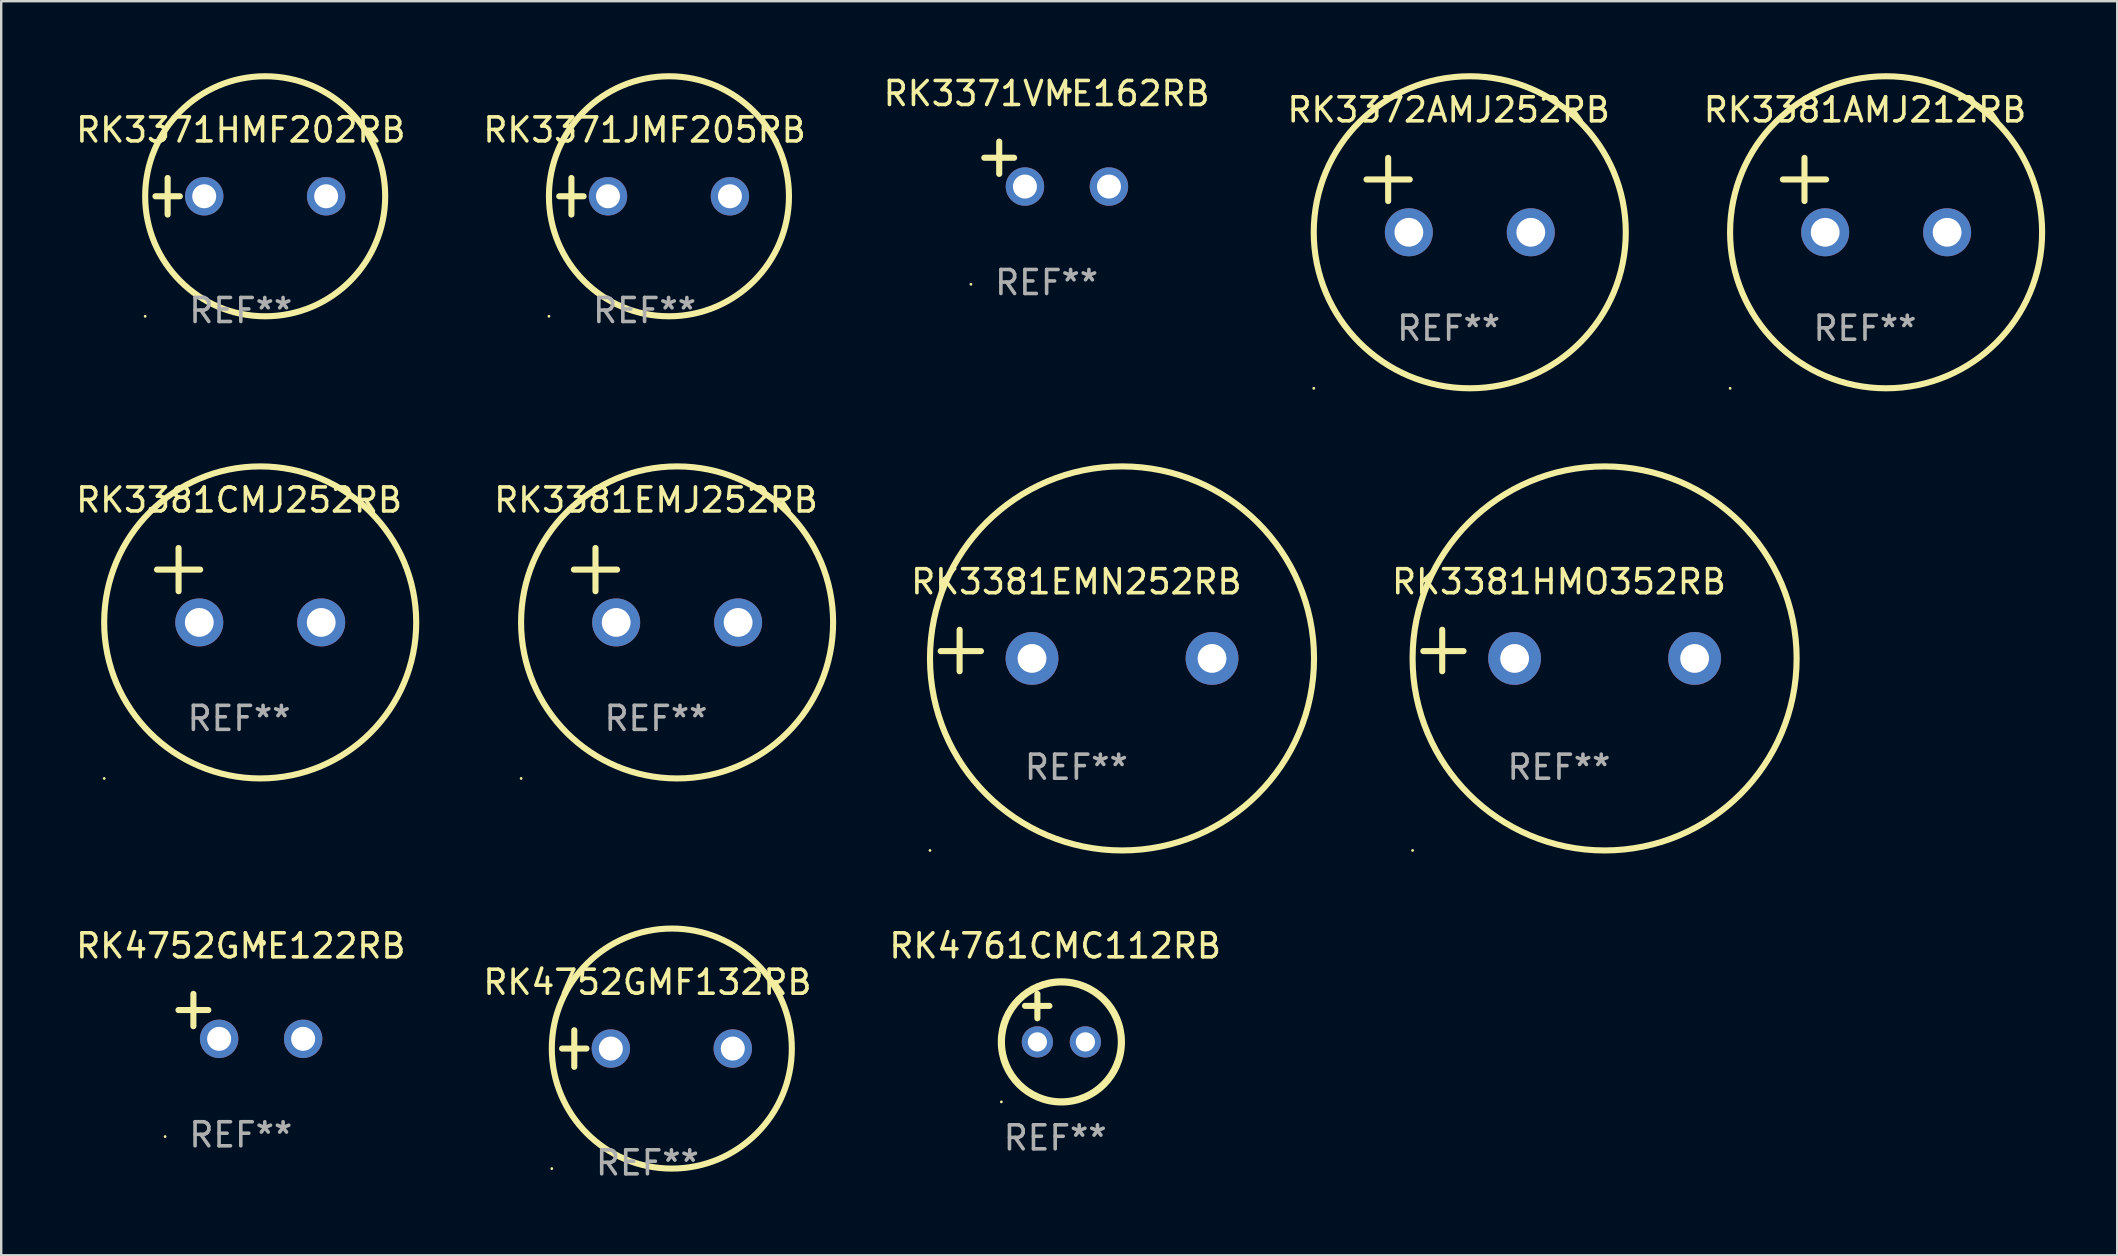
<source format=kicad_pcb>
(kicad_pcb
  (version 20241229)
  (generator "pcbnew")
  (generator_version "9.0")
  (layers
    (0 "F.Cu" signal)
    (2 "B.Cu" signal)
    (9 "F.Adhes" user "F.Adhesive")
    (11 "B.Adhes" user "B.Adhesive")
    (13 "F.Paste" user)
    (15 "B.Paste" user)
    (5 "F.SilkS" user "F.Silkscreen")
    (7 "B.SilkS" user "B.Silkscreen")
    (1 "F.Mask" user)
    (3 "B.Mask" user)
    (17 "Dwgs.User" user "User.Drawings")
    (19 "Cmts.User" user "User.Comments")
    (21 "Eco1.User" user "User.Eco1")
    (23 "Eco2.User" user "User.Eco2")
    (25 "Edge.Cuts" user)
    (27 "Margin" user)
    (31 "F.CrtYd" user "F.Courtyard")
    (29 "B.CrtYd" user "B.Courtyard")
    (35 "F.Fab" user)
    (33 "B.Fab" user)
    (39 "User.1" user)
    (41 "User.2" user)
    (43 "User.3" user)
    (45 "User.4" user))
  (footprint "RK4752GME122RB"
    (layer "F.Cu")
    (at 6.982 39.293)
    (property "Reference" "RK4752GME122RB" (at 0 -2.937 0) (layer "F.SilkS") (effects (font (size 1 1) (thickness 0.15))))
    (attr through_hole)
    (fp_line (start -1.975 0.41) (end -1.975 -0.937) (stroke (width 0.254) (type solid)) (layer "F.SilkS"))
    (fp_line (start -1.353 -0.263) (end -2.597 -0.263) (stroke (width 0.254) (type solid)) (layer "F.SilkS"))
    (fp_arc (start 0.849809 -3.063957) (mid 0.885369 -3.064114) (end 0.920929 -3.063957) (stroke (width 0.254001) (type solid)) (layer "F.SilkS"))
    (fp_circle (center -3.154 5.008) (end -3.124 5.008) (stroke (width 0.06) (type solid)) (fill no) (layer "F.SilkS"))
    (fp_text user "REF**" (at 0 4.937 0) (layer "F.Fab") (effects (font (size 1 1) (thickness 0.15))))
    (pad "1" thru_hole circle (at -0.903 0.937) (size 1.6 1.6) (drill 1) (layers "*.Cu" "*.Mask"))
    (pad "2" thru_hole circle (at 2.597 0.937) (size 1.6 1.6) (drill 1) (layers "*.Cu" "*.Mask")))
  (footprint "RK3372AMJ252RB"
    (layer "F.Cu")
    (at 57.304 5.077)
    (property "Reference" "RK3372AMJ252RB" (at 0 -3.55 0) (layer "F.SilkS") (effects (font (size 1 1) (thickness 0.15))))
    (attr through_hole)
    (fp_line (start -3.421 -0.65) (end -1.621 -0.65) (stroke (width 0.254) (type solid)) (layer "F.SilkS"))
    (fp_line (start -2.521 -1.55) (end -2.521 0.25) (stroke (width 0.254) (type solid)) (layer "F.SilkS"))
    (fp_circle (center -5.619 8.05) (end -5.589 8.05) (stroke (width 0.06) (type solid)) (fill no) (layer "F.SilkS"))
    (fp_circle (center 0.879 1.55) (end 7.379 1.55) (stroke (width 0.254) (type solid)) (fill no) (layer "F.SilkS"))
    (fp_text user "REF**" (at 0 5.55 0) (layer "F.Fab") (effects (font (size 1 1) (thickness 0.15))))
    (pad "1" thru_hole circle (at -1.659 1.55) (size 2 2) (drill 1.2) (layers "*.Cu" "*.Mask"))
    (pad "2" thru_hole circle (at 3.421 1.55) (size 2 2) (drill 1.2) (layers "*.Cu" "*.Mask")))
  (footprint "RK3381HMO352RB"
    (layer "F.Cu")
    (at 61.899 24.051)
    (property "Reference" "RK3381HMO352RB" (at 0 -2.864 0) (layer "F.SilkS") (effects (font (size 1 1) (thickness 0.15))))
    (attr through_hole)
    (fp_line (start -4.864 0.864) (end -4.864 -0.864) (stroke (width 0.254) (type solid)) (layer "F.SilkS"))
    (fp_line (start -3.975 0.025) (end -5.652 0.025) (stroke (width 0.254) (type solid)) (layer "F.SilkS"))
    (fp_circle (center -6.098 8.33) (end -6.068 8.33) (stroke (width 0.06) (type solid)) (fill no) (layer "F.SilkS"))
    (fp_circle (center 1.902 0.33) (end 9.902 0.33) (stroke (width 0.254) (type solid)) (fill no) (layer "F.SilkS"))
    (fp_text user "REF**" (at 0 4.864 0) (layer "F.Fab") (effects (font (size 1 1) (thickness 0.15))))
    (pad "1" thru_hole circle (at -1.848 0.33) (size 2.2 2.2) (drill 1.2) (layers "*.Cu" "*.Mask"))
    (pad "2" thru_hole circle (at 5.652 0.33) (size 2.2 2.2) (drill 1.2) (layers "*.Cu" "*.Mask")))
  (footprint "RK3371VME162RB"
    (layer "F.Cu")
    (at 40.554 3.785)
    (property "Reference" "RK3371VME162RB" (at 0 -2.937 0) (layer "F.SilkS") (effects (font (size 1 1) (thickness 0.15))))
    (attr through_hole)
    (fp_line (start -1.975 0.41) (end -1.975 -0.937) (stroke (width 0.254) (type solid)) (layer "F.SilkS"))
    (fp_line (start -1.353 -0.263) (end -2.597 -0.263) (stroke (width 0.254) (type solid)) (layer "F.SilkS"))
    (fp_arc (start 0.849809 -3.063957) (mid 0.885369 -3.064114) (end 0.920929 -3.063957) (stroke (width 0.254001) (type solid)) (layer "F.SilkS"))
    (fp_circle (center -3.154 5.008) (end -3.124 5.008) (stroke (width 0.06) (type solid)) (fill no) (layer "F.SilkS"))
    (fp_text user "REF**" (at 0 4.937 0) (layer "F.Fab") (effects (font (size 1 1) (thickness 0.15))))
    (pad "1" thru_hole circle (at -0.903 0.937) (size 1.6 1.6) (drill 1) (layers "*.Cu" "*.Mask"))
    (pad "2" thru_hole circle (at 2.597 0.937) (size 1.6 1.6) (drill 1) (layers "*.Cu" "*.Mask")))
  (footprint "RK3381AMJ212RB"
    (layer "F.Cu")
    (at 74.649 5.077)
    (property "Reference" "RK3381AMJ212RB" (at 0 -3.55 0) (layer "F.SilkS") (effects (font (size 1 1) (thickness 0.15))))
    (attr through_hole)
    (fp_line (start -3.421 -0.65) (end -1.621 -0.65) (stroke (width 0.254) (type solid)) (layer "F.SilkS"))
    (fp_line (start -2.521 -1.55) (end -2.521 0.25) (stroke (width 0.254) (type solid)) (layer "F.SilkS"))
    (fp_circle (center -5.619 8.05) (end -5.589 8.05) (stroke (width 0.06) (type solid)) (fill no) (layer "F.SilkS"))
    (fp_circle (center 0.879 1.55) (end 7.379 1.55) (stroke (width 0.254) (type solid)) (fill no) (layer "F.SilkS"))
    (fp_text user "REF**" (at 0 5.55 0) (layer "F.Fab") (effects (font (size 1 1) (thickness 0.15))))
    (pad "1" thru_hole circle (at -1.659 1.55) (size 2 2) (drill 1.2) (layers "*.Cu" "*.Mask"))
    (pad "2" thru_hole circle (at 3.421 1.55) (size 2 2) (drill 1.2) (layers "*.Cu" "*.Mask")))
  (footprint "RK3381CMJ252RB"
    (layer "F.Cu")
    (at 6.911 21.331)
    (property "Reference" "RK3381CMJ252RB" (at 0 -3.55 0) (layer "F.SilkS") (effects (font (size 1 1) (thickness 0.15))))
    (attr through_hole)
    (fp_line (start -3.421 -0.65) (end -1.621 -0.65) (stroke (width 0.254) (type solid)) (layer "F.SilkS"))
    (fp_line (start -2.521 -1.55) (end -2.521 0.25) (stroke (width 0.254) (type solid)) (layer "F.SilkS"))
    (fp_circle (center -5.619 8.05) (end -5.589 8.05) (stroke (width 0.06) (type solid)) (fill no) (layer "F.SilkS"))
    (fp_circle (center 0.879 1.55) (end 7.379 1.55) (stroke (width 0.254) (type solid)) (fill no) (layer "F.SilkS"))
    (fp_text user "REF**" (at 0 5.55 0) (layer "F.Fab") (effects (font (size 1 1) (thickness 0.15))))
    (pad "1" thru_hole circle (at -1.659 1.55) (size 2 2) (drill 1.2) (layers "*.Cu" "*.Mask"))
    (pad "2" thru_hole circle (at 3.421 1.55) (size 2 2) (drill 1.2) (layers "*.Cu" "*.Mask")))
  (footprint "RK3371HMF202RB"
    (layer "F.Cu")
    (at 6.982 5.127)
    (property "Reference" "RK3371HMF202RB" (at 0 -2.762 0) (layer "F.SilkS") (effects (font (size 1 1) (thickness 0.15))))
    (attr through_hole)
    (fp_line (start -3.556 0) (end -2.54 0) (stroke (width 0.254) (type solid)) (layer "F.SilkS"))
    (fp_line (start -3.048 -0.762) (end -3.048 0.762) (stroke (width 0.254) (type solid)) (layer "F.SilkS"))
    (fp_circle (center -3.984 5) (end -3.954 5) (stroke (width 0.06) (type solid)) (fill no) (layer "F.SilkS"))
    (fp_circle (center 1.016 0) (end 6.016 0) (stroke (width 0.254) (type solid)) (fill no) (layer "F.SilkS"))
    (fp_text user "REF**" (at 0 4.762 0) (layer "F.Fab") (effects (font (size 1 1) (thickness 0.15))))
    (pad "1" thru_hole circle (at -1.524 0) (size 1.6 1.6) (drill 1) (layers "*.Cu" "*.Mask"))
    (pad "2" thru_hole circle (at 3.556 0) (size 1.6 1.6) (drill 1) (layers "*.Cu" "*.Mask")))
  (footprint "RK4761CMC112RB"
    (layer "F.Cu")
    (at 40.911 39.357)
    (property "Reference" "RK4761CMC112RB" (at 0 -3 0) (layer "F.SilkS") (effects (font (size 1 1) (thickness 0.15))))
    (attr through_hole)
    (fp_line (start -1.258 -0.5) (end -0.242 -0.5) (stroke (width 0.254) (type solid)) (layer "F.SilkS"))
    (fp_line (start -0.742 -1) (end -0.742 0.016) (stroke (width 0.254) (type solid)) (layer "F.SilkS"))
    (fp_circle (center -2.242 3.5) (end -2.212 3.5) (stroke (width 0.06) (type solid)) (fill no) (layer "F.SilkS"))
    (fp_circle (center 0.258 1) (end 2.758 1) (stroke (width 0.3) (type solid)) (fill no) (layer "F.SilkS"))
    (fp_text user "REF**" (at 0 5 0) (layer "F.Fab") (effects (font (size 1 1) (thickness 0.15))))
    (pad "1" thru_hole circle (at -0.742 1) (size 1.3 1.3) (drill 0.8) (layers "*.Cu" "*.Mask"))
    (pad "2" thru_hole circle (at 1.258 1) (size 1.3 1.3) (drill 0.8) (layers "*.Cu" "*.Mask")))
  (footprint "RK4752GMF132RB"
    (layer "F.Cu")
    (at 23.923 40.635)
    (property "Reference" "RK4752GMF132RB" (at 0 -2.762 0) (layer "F.SilkS") (effects (font (size 1 1) (thickness 0.15))))
    (attr through_hole)
    (fp_line (start -3.556 0) (end -2.54 0) (stroke (width 0.254) (type solid)) (layer "F.SilkS"))
    (fp_line (start -3.048 -0.762) (end -3.048 0.762) (stroke (width 0.254) (type solid)) (layer "F.SilkS"))
    (fp_circle (center -3.984 5) (end -3.954 5) (stroke (width 0.06) (type solid)) (fill no) (layer "F.SilkS"))
    (fp_circle (center 1.016 0) (end 6.016 0) (stroke (width 0.254) (type solid)) (fill no) (layer "F.SilkS"))
    (fp_text user "REF**" (at 0 4.762 0) (layer "F.Fab") (effects (font (size 1 1) (thickness 0.15))))
    (pad "1" thru_hole circle (at -1.524 0) (size 1.6 1.6) (drill 1) (layers "*.Cu" "*.Mask"))
    (pad "2" thru_hole circle (at 3.556 0) (size 1.6 1.6) (drill 1) (layers "*.Cu" "*.Mask")))
  (footprint "RK3381EMN252RB"
    (layer "F.Cu")
    (at 41.793 24.051)
    (property "Reference" "RK3381EMN252RB" (at 0 -2.864 0) (layer "F.SilkS") (effects (font (size 1 1) (thickness 0.15))))
    (attr through_hole)
    (fp_line (start -4.864 0.864) (end -4.864 -0.864) (stroke (width 0.254) (type solid)) (layer "F.SilkS"))
    (fp_line (start -3.975 0.025) (end -5.652 0.025) (stroke (width 0.254) (type solid)) (layer "F.SilkS"))
    (fp_circle (center -6.098 8.33) (end -6.068 8.33) (stroke (width 0.06) (type solid)) (fill no) (layer "F.SilkS"))
    (fp_circle (center 1.902 0.33) (end 9.902 0.33) (stroke (width 0.254) (type solid)) (fill no) (layer "F.SilkS"))
    (fp_text user "REF**" (at 0 4.864 0) (layer "F.Fab") (effects (font (size 1 1) (thickness 0.15))))
    (pad "1" thru_hole circle (at -1.848 0.33) (size 2.2 2.2) (drill 1.2) (layers "*.Cu" "*.Mask"))
    (pad "2" thru_hole circle (at 5.652 0.33) (size 2.2 2.2) (drill 1.2) (layers "*.Cu" "*.Mask")))
  (footprint "RK3371JMF205RB"
    (layer "F.Cu")
    (at 23.804 5.127)
    (property "Reference" "RK3371JMF205RB" (at 0 -2.762 0) (layer "F.SilkS") (effects (font (size 1 1) (thickness 0.15))))
    (attr through_hole)
    (fp_line (start -3.556 0) (end -2.54 0) (stroke (width 0.254) (type solid)) (layer "F.SilkS"))
    (fp_line (start -3.048 -0.762) (end -3.048 0.762) (stroke (width 0.254) (type solid)) (layer "F.SilkS"))
    (fp_circle (center -3.984 5) (end -3.954 5) (stroke (width 0.06) (type solid)) (fill no) (layer "F.SilkS"))
    (fp_circle (center 1.016 0) (end 6.016 0) (stroke (width 0.254) (type solid)) (fill no) (layer "F.SilkS"))
    (fp_text user "REF**" (at 0 4.762 0) (layer "F.Fab") (effects (font (size 1 1) (thickness 0.15))))
    (pad "1" thru_hole circle (at -1.524 0) (size 1.6 1.6) (drill 1) (layers "*.Cu" "*.Mask"))
    (pad "2" thru_hole circle (at 3.556 0) (size 1.6 1.6) (drill 1) (layers "*.Cu" "*.Mask")))
  (footprint "RK3381EMJ252RB"
    (layer "F.Cu")
    (at 24.28 21.331)
    (property "Reference" "RK3381EMJ252RB" (at 0 -3.55 0) (layer "F.SilkS") (effects (font (size 1 1) (thickness 0.15))))
    (attr through_hole)
    (fp_line (start -3.421 -0.65) (end -1.621 -0.65) (stroke (width 0.254) (type solid)) (layer "F.SilkS"))
    (fp_line (start -2.521 -1.55) (end -2.521 0.25) (stroke (width 0.254) (type solid)) (layer "F.SilkS"))
    (fp_circle (center -5.619 8.05) (end -5.589 8.05) (stroke (width 0.06) (type solid)) (fill no) (layer "F.SilkS"))
    (fp_circle (center 0.879 1.55) (end 7.379 1.55) (stroke (width 0.254) (type solid)) (fill no) (layer "F.SilkS"))
    (fp_text user "REF**" (at 0 5.55 0) (layer "F.Fab") (effects (font (size 1 1) (thickness 0.15))))
    (pad "1" thru_hole circle (at -1.659 1.55) (size 2 2) (drill 1.2) (layers "*.Cu" "*.Mask"))
    (pad "2" thru_hole circle (at 3.421 1.55) (size 2 2) (drill 1.2) (layers "*.Cu" "*.Mask")))
  (gr_rect
    (start -3 -3)
    (end 85.156 49.246)
    (stroke (width 0.1) (type default))
    (fill no)
    (layer "Edge.Cuts")))
</source>
